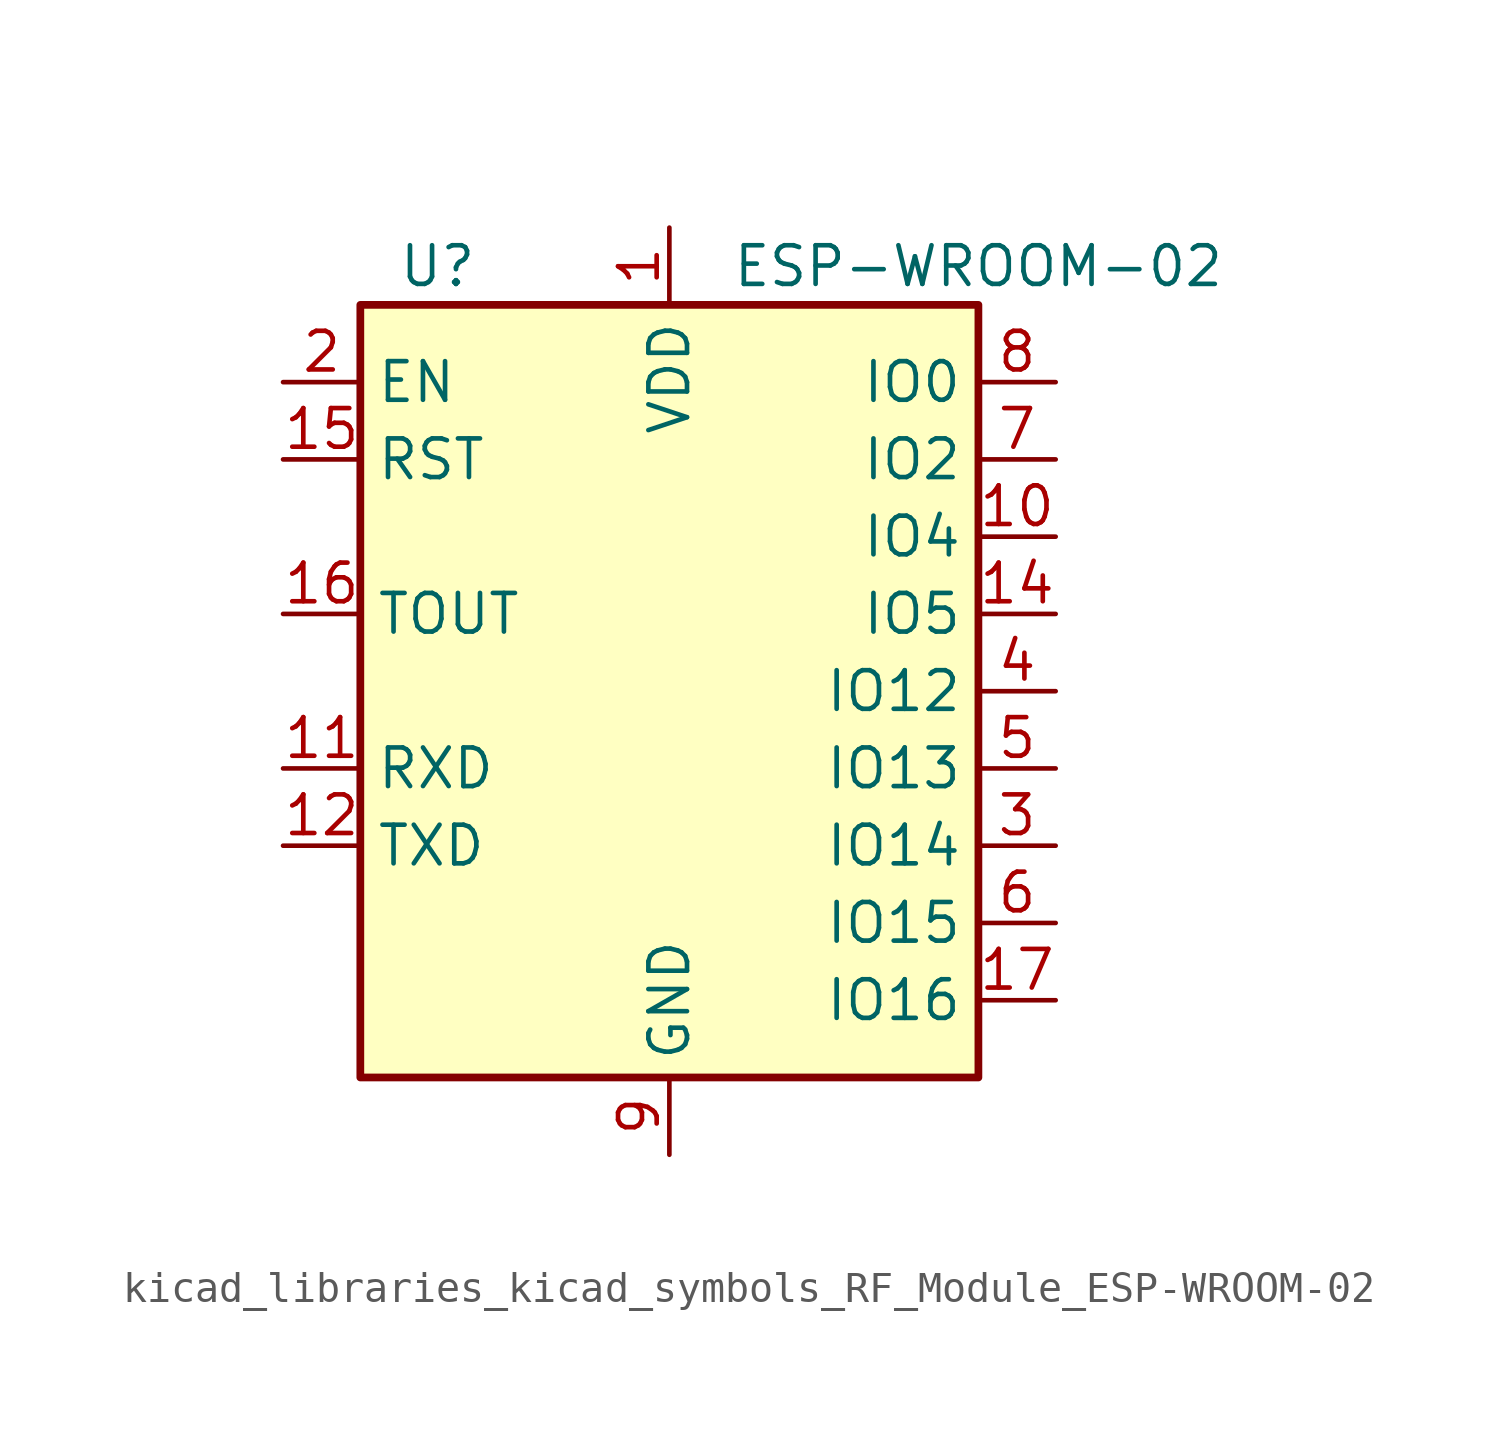
<source format=kicad_sym>
(kicad_symbol_lib
  (version 20220914)
  (generator kicad_symbol_editor)
  (symbol "kicad_libraries_kicad_symbols_RF_Module_ESP-WROOM-02"
    (property "Reference" "U"
      (at -7.62 13.97 0)
      (effects (font (size 1.27 1.27))))
    (property "Value" "ESP-WROOM-02"
      (at 10.16 13.97 0)
      (effects (font (size 1.27 1.27))))
    (symbol "kicad_libraries_kicad_symbols_RF_Module_ESP-WROOM-02_0_1"
      (rectangle (start 10.16 12.7) (end -10.16 -12.7) (stroke (width 0.254) (type default)) (fill (type background))))
    (symbol "kicad_libraries_kicad_symbols_RF_Module_ESP-WROOM-02_1_1"
      (pin power_in line (at 0 15.24 270) (length 2.54) (name "VDD" (effects (font (size 1.27 1.27)))) (number "1" (effects (font (size 1.27 1.27)))))
      (pin bidirectional line (at 12.7 5.08 180) (length 2.54) (name "IO4" (effects (font (size 1.27 1.27)))) (number "10" (effects (font (size 1.27 1.27)))))
      (pin bidirectional line (at -12.7 -2.54 0) (length 2.54) (name "RXD" (effects (font (size 1.27 1.27)))) (number "11" (effects (font (size 1.27 1.27)))))
      (pin bidirectional line (at -12.7 -5.08 0) (length 2.54) (name "TXD" (effects (font (size 1.27 1.27)))) (number "12" (effects (font (size 1.27 1.27)))))
      (pin passive line (at 0 -15.24 90) (length 2.54) hide (name "GND" (effects (font (size 1.27 1.27)))) (number "13" (effects (font (size 1.27 1.27)))))
      (pin bidirectional line (at 12.7 2.54 180) (length 2.54) (name "IO5" (effects (font (size 1.27 1.27)))) (number "14" (effects (font (size 1.27 1.27)))))
      (pin input line (at -12.7 7.62 0) (length 2.54) (name "RST" (effects (font (size 1.27 1.27)))) (number "15" (effects (font (size 1.27 1.27)))))
      (pin input line (at -12.7 2.54 0) (length 2.54) (name "TOUT" (effects (font (size 1.27 1.27)))) (number "16" (effects (font (size 1.27 1.27)))))
      (pin bidirectional line (at 12.7 -10.16 180) (length 2.54) (name "IO16" (effects (font (size 1.27 1.27)))) (number "17" (effects (font (size 1.27 1.27)))))
      (pin passive line (at 0 -15.24 90) (length 2.54) hide (name "GND" (effects (font (size 1.27 1.27)))) (number "18" (effects (font (size 1.27 1.27)))))
      (pin passive line (at 0 -15.24 90) (length 2.54) hide (name "GND" (effects (font (size 1.27 1.27)))) (number "19" (effects (font (size 1.27 1.27)))))
      (pin input line (at -12.7 10.16 0) (length 2.54) (name "EN" (effects (font (size 1.27 1.27)))) (number "2" (effects (font (size 1.27 1.27)))))
      (pin bidirectional line (at 12.7 -5.08 180) (length 2.54) (name "IO14" (effects (font (size 1.27 1.27)))) (number "3" (effects (font (size 1.27 1.27)))))
      (pin bidirectional line (at 12.7 0 180) (length 2.54) (name "IO12" (effects (font (size 1.27 1.27)))) (number "4" (effects (font (size 1.27 1.27)))))
      (pin bidirectional line (at 12.7 -2.54 180) (length 2.54) (name "IO13" (effects (font (size 1.27 1.27)))) (number "5" (effects (font (size 1.27 1.27)))))
      (pin bidirectional line (at 12.7 -7.62 180) (length 2.54) (name "IO15" (effects (font (size 1.27 1.27)))) (number "6" (effects (font (size 1.27 1.27)))))
      (pin bidirectional line (at 12.7 7.62 180) (length 2.54) (name "IO2" (effects (font (size 1.27 1.27)))) (number "7" (effects (font (size 1.27 1.27)))))
      (pin bidirectional line (at 12.7 10.16 180) (length 2.54) (name "IO0" (effects (font (size 1.27 1.27)))) (number "8" (effects (font (size 1.27 1.27)))))
      (pin power_in line (at 0 -15.24 90) (length 2.54) (name "GND" (effects (font (size 1.27 1.27)))) (number "9" (effects (font (size 1.27 1.27))))))))
</source>
